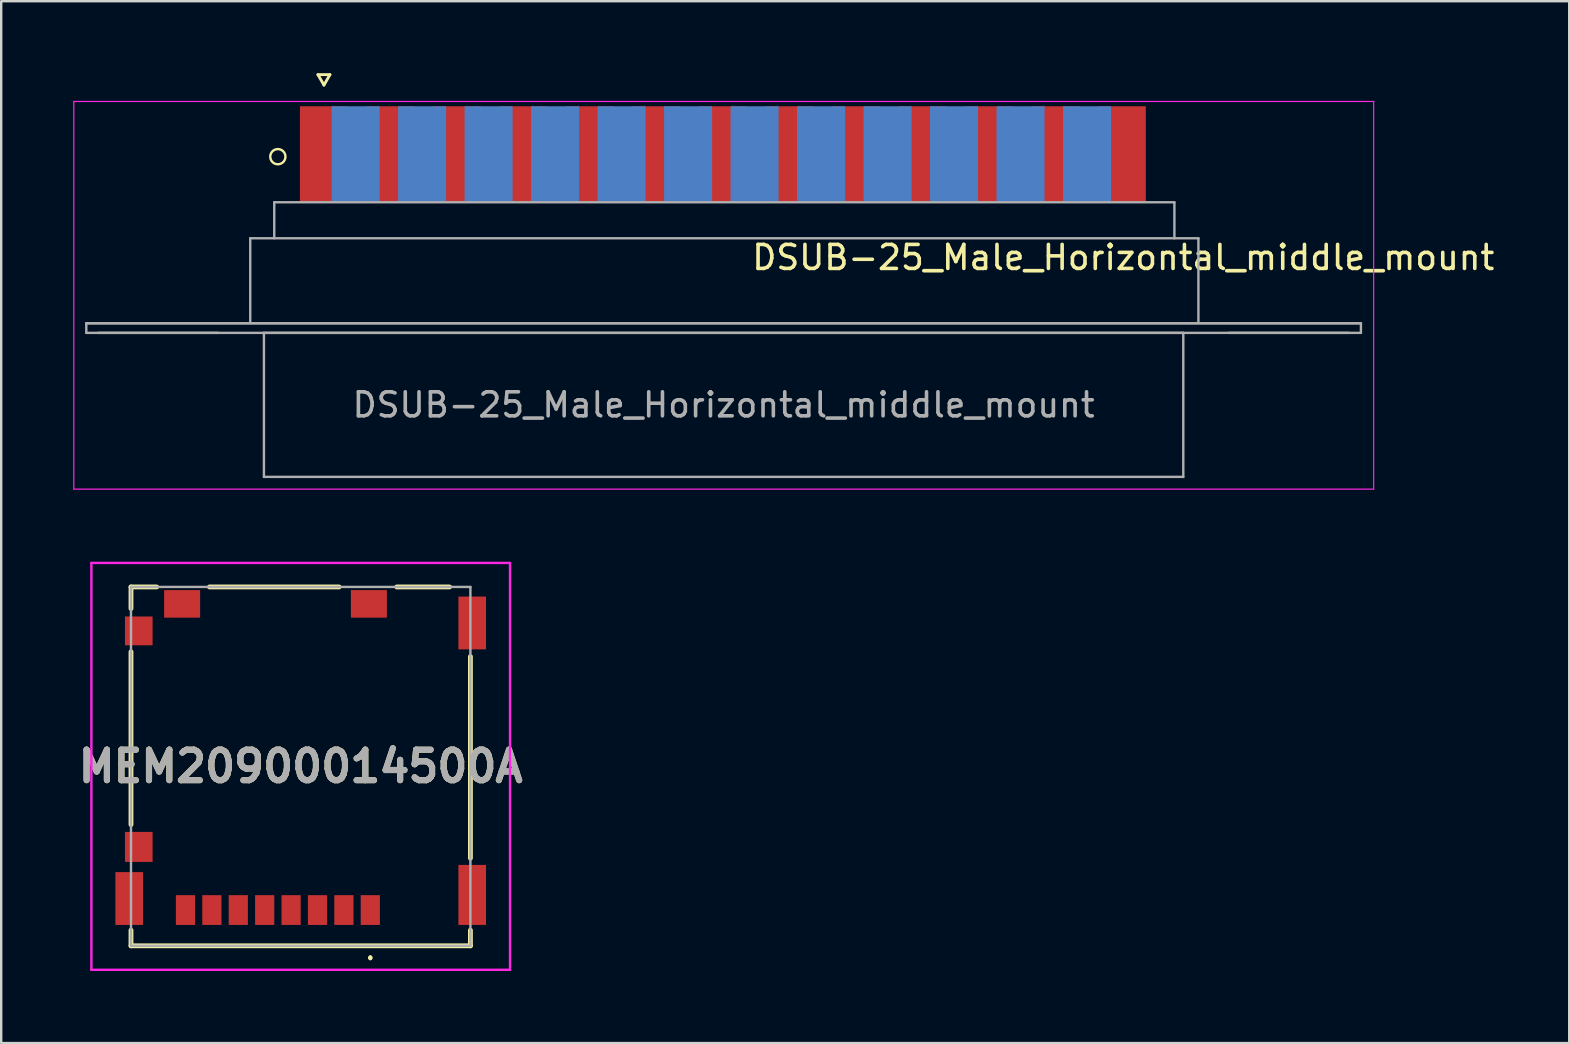
<source format=kicad_pcb>
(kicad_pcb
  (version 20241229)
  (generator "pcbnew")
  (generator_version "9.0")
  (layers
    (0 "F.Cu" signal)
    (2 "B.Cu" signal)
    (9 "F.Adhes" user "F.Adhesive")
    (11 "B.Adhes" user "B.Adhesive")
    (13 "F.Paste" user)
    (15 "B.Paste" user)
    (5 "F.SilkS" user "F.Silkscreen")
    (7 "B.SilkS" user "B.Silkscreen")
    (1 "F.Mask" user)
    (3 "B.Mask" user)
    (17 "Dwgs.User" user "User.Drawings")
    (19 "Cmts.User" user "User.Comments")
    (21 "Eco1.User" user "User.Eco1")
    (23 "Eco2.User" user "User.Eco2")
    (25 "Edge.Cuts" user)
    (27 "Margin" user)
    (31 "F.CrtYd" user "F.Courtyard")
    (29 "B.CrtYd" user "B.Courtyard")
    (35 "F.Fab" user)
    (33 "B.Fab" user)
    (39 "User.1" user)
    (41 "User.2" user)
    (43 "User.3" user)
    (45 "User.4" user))
  (footprint "MEM20900014500A"
    (layer "F.Cu")
    (at 9.477 28.877)
    (property "Reference" "MEM20900014500A" (at 0 0 0) (layer "F.SilkS") (effects (font (size 1.27 1.27) (thickness 0.254))))
    (attr smd)
    (fp_line (start -7.07 -7.475) (end -6 -7.475) (stroke (width 0.2) (type solid)) (layer "F.SilkS"))
    (fp_line (start -7.07 -6.575) (end -7.07 -7.475) (stroke (width 0.2) (type solid)) (layer "F.SilkS"))
    (fp_line (start -7.07 2.425) (end -7.07 -4.775) (stroke (width 0.2) (type solid)) (layer "F.SilkS"))
    (fp_line (start -7.07 7.475) (end -7.07 6.825) (stroke (width 0.2) (type solid)) (layer "F.SilkS"))
    (fp_line (start -3.8 -7.475) (end 1.6 -7.475) (stroke (width 0.2) (type solid)) (layer "F.SilkS"))
    (fp_line (start 2.9 7.925) (end 2.9 7.925) (stroke (width 0.1) (type solid)) (layer "F.SilkS"))
    (fp_line (start 2.9 8.025) (end 2.9 8.025) (stroke (width 0.1) (type solid)) (layer "F.SilkS"))
    (fp_line (start 4 -7.475) (end 6.2 -7.475) (stroke (width 0.2) (type solid)) (layer "F.SilkS"))
    (fp_line (start 7.07 -4.575) (end 7.07 3.825) (stroke (width 0.2) (type solid)) (layer "F.SilkS"))
    (fp_line (start 7.07 6.825) (end 7.07 7.475) (stroke (width 0.2) (type solid)) (layer "F.SilkS"))
    (fp_line (start 7.07 7.475) (end -7.07 7.475) (stroke (width 0.2) (type solid)) (layer "F.SilkS"))
    (fp_arc (start 2.9 7.925) (mid 2.95 7.975) (end 2.9 8.025) (stroke (width 0.1) (type solid)) (layer "F.SilkS"))
    (fp_arc (start 2.9 8.025) (mid 2.85 7.975) (end 2.9 7.925) (stroke (width 0.1) (type solid)) (layer "F.SilkS"))
    (fp_line (start -8.72 -8.475) (end 8.72 -8.475) (stroke (width 0.1) (type solid)) (layer "F.CrtYd"))
    (fp_line (start -8.72 8.475) (end -8.72 -8.475) (stroke (width 0.1) (type solid)) (layer "F.CrtYd"))
    (fp_line (start 8.72 -8.475) (end 8.72 8.475) (stroke (width 0.1) (type solid)) (layer "F.CrtYd"))
    (fp_line (start 8.72 8.475) (end -8.72 8.475) (stroke (width 0.1) (type solid)) (layer "F.CrtYd"))
    (fp_line (start -7.07 -7.475) (end 7.07 -7.475) (stroke (width 0.1) (type solid)) (layer "F.Fab"))
    (fp_line (start -7.07 7.475) (end -7.07 -7.475) (stroke (width 0.1) (type solid)) (layer "F.Fab"))
    (fp_line (start 7.07 -7.475) (end 7.07 7.475) (stroke (width 0.1) (type solid)) (layer "F.Fab"))
    (fp_line (start 7.07 7.475) (end -7.07 7.475) (stroke (width 0.1) (type solid)) (layer "F.Fab"))
    (fp_text user "${REFERENCE}" (at 0 0 0) (layer "F.Fab") (effects (font (size 1.27 1.27) (thickness 0.254))))
    (pad "1" smd rect (at 2.9 5.985) (size 0.8 1.24) (layers "F.Cu" "F.Mask" "F.Paste"))
    (pad "2" smd rect (at 1.8 5.985) (size 0.8 1.24) (layers "F.Cu" "F.Mask" "F.Paste"))
    (pad "3" smd rect (at 0.7 5.985) (size 0.8 1.24) (layers "F.Cu" "F.Mask" "F.Paste"))
    (pad "4" smd rect (at -0.4 5.985) (size 0.8 1.24) (layers "F.Cu" "F.Mask" "F.Paste"))
    (pad "5" smd rect (at -1.5 5.985) (size 0.8 1.24) (layers "F.Cu" "F.Mask" "F.Paste"))
    (pad "6" smd rect (at -2.6 5.985) (size 0.8 1.24) (layers "F.Cu" "F.Mask" "F.Paste"))
    (pad "7" smd rect (at -3.7 5.985) (size 0.8 1.24) (layers "F.Cu" "F.Mask" "F.Paste"))
    (pad "8" smd rect (at -4.8 5.985) (size 0.8 1.24) (layers "F.Cu" "F.Mask" "F.Paste"))
    (pad "9" smd rect (at -6.745 3.355) (size 1.15 1.25) (layers "F.Cu" "F.Mask" "F.Paste"))
    (pad "10" smd rect (at 7.145 5.355) (size 1.15 2.5) (layers "F.Cu" "F.Mask" "F.Paste"))
    (pad "11" smd rect (at -7.145 5.505) (size 1.15 2.2) (layers "F.Cu" "F.Mask" "F.Paste"))
    (pad "12" smd rect (at -6.745 -5.645) (size 1.15 1.2) (layers "F.Cu" "F.Mask" "F.Paste"))
    (pad "13" smd rect (at -4.94 -6.77 90) (size 1.15 1.5) (layers "F.Cu" "F.Mask" "F.Paste"))
    (pad "14" smd rect (at 2.84 -6.77 90) (size 1.15 1.5) (layers "F.Cu" "F.Mask" "F.Paste"))
    (pad "15" smd rect (at 7.145 -5.975) (size 1.15 2.2) (layers "F.Cu" "F.Mask" "F.Paste")))
  (footprint "DSUB-25_Male_Horizontal_middle_mount"
    (layer "F.Cu")
    (at 27.125 10.477)
    (property "Reference" "DSUB-25_Male_Horizontal_middle_mount" (at 16.62 -2.8 180) (layer "F.SilkS") (effects (font (size 1 1) (thickness 0.15))))
    (attr through_hole)
    (fp_line (start -16.93 -10.417) (end -16.43 -10.417) (stroke (width 0.12) (type solid)) (layer "F.SilkS"))
    (fp_line (start -16.68 -9.983) (end -16.93 -10.417) (stroke (width 0.12) (type solid)) (layer "F.SilkS"))
    (fp_line (start -16.43 -10.417) (end -16.68 -9.983) (stroke (width 0.12) (type solid)) (layer "F.SilkS"))
    (fp_circle (center -18.6 -7) (end -18.3 -7.1) (stroke (width 0.1) (type default)) (fill no) (layer "F.SilkS"))
    (fp_line (start -27.1 -9.3) (end -27.1 6.85) (stroke (width 0.05) (type solid)) (layer "F.CrtYd"))
    (fp_line (start -27.1 6.85) (end 27.05 6.85) (stroke (width 0.05) (type solid)) (layer "F.CrtYd"))
    (fp_line (start 27.05 -9.3) (end -27.1 -9.3) (stroke (width 0.05) (type solid)) (layer "F.CrtYd"))
    (fp_line (start 27.05 6.85) (end 27.05 -9.3) (stroke (width 0.05) (type solid)) (layer "F.CrtYd"))
    (fp_line (start -26.58 -0.06) (end -26.58 0.34) (stroke (width 0.1) (type solid)) (layer "F.Fab"))
    (fp_line (start -26.58 -0.06) (end 26.52 -0.06) (stroke (width 0.1) (type solid)) (layer "F.Fab"))
    (fp_line (start -26.58 0.34) (end 26.52 0.34) (stroke (width 0.1) (type solid)) (layer "F.Fab"))
    (fp_line (start -21.08 0.34) (end -26.08 0.34) (stroke (width 0.1) (type solid)) (layer "F.Fab"))
    (fp_line (start -19.75 -3.6) (end 19.75 -3.6) (stroke (width 0.1) (type solid)) (layer "F.Fab"))
    (fp_line (start -19.75 -0.1) (end -19.75 -3.6) (stroke (width 0.1) (type solid)) (layer "F.Fab"))
    (fp_line (start -19.18 0.34) (end -19.18 6.34) (stroke (width 0.1) (type solid)) (layer "F.Fab"))
    (fp_line (start -19.18 6.34) (end 19.12 6.34) (stroke (width 0.1) (type solid)) (layer "F.Fab"))
    (fp_line (start -18.75 -3.6) (end -18.75 -5.1) (stroke (width 0.1) (type default)) (layer "F.Fab"))
    (fp_line (start 18.75 -5.1) (end -18.75 -5.1) (stroke (width 0.1) (type default)) (layer "F.Fab"))
    (fp_line (start 18.75 -3.6) (end 18.75 -5.1) (stroke (width 0.1) (type default)) (layer "F.Fab"))
    (fp_line (start 19.12 0.34) (end -19.18 0.34) (stroke (width 0.1) (type solid)) (layer "F.Fab"))
    (fp_line (start 19.12 6.34) (end 19.12 0.34) (stroke (width 0.1) (type solid)) (layer "F.Fab"))
    (fp_line (start 19.75 -0.1) (end 19.75 -3.6) (stroke (width 0.1) (type solid)) (layer "F.Fab"))
    (fp_line (start 26.02 0.34) (end 21.02 0.34) (stroke (width 0.1) (type solid)) (layer "F.Fab"))
    (fp_line (start 26.52 -0.06) (end -26.58 -0.06) (stroke (width 0.1) (type solid)) (layer "F.Fab"))
    (fp_line (start 26.52 0.34) (end 26.52 -0.06) (stroke (width 0.1) (type solid)) (layer "F.Fab"))
    (fp_text user "${REFERENCE}" (at -0.03 3.34 180) (layer "F.Fab") (effects (font (size 1 1) (thickness 0.15))))
    (pad "1" connect rect (at -16.68 -7.1) (size 2 4) (layers "F.Cu" "F.Mask"))
    (pad "2" connect rect (at -13.91 -7.1) (size 2 4) (layers "F.Cu" "F.Mask"))
    (pad "3" connect rect (at -11.14 -7.1) (size 2 4) (layers "F.Cu" "F.Mask"))
    (pad "4" connect rect (at -8.37 -7.1) (size 2 4) (layers "F.Cu" "F.Mask"))
    (pad "5" connect rect (at -5.6 -7.1) (size 2 4) (layers "F.Cu" "F.Mask"))
    (pad "6" connect rect (at -2.83 -7.1) (size 2 4) (layers "F.Cu" "F.Mask"))
    (pad "7" connect rect (at -0.06 -7.1) (size 2 4) (layers "F.Cu" "F.Mask"))
    (pad "8" connect rect (at 2.71 -7.1) (size 2 4) (layers "F.Cu" "F.Mask"))
    (pad "9" connect rect (at 5.48 -7.1) (size 2 4) (layers "F.Cu" "F.Mask"))
    (pad "10" connect rect (at 8.25 -7.1) (size 2 4) (layers "F.Cu" "F.Mask"))
    (pad "11" connect rect (at 11.02 -7.1) (size 2 4) (layers "F.Cu" "F.Mask"))
    (pad "12" connect rect (at 13.79 -7.1) (size 2 4) (layers "F.Cu" "F.Mask"))
    (pad "13" connect rect (at 16.56 -7.1) (size 2 4) (layers "F.Cu" "F.Mask"))
    (pad "14" connect rect (at -15.36 -7.1) (size 2 4) (layers "B.Cu" "B.Mask"))
    (pad "15" connect rect (at -12.59 -7.1) (size 2 4) (layers "B.Cu" "B.Mask"))
    (pad "16" connect rect (at -9.82 -7.1) (size 2 4) (layers "B.Cu" "B.Mask"))
    (pad "17" connect rect (at -7.05 -7.1) (size 2 4) (layers "B.Cu" "B.Mask"))
    (pad "18" connect rect (at -4.28 -7.1) (size 2 4) (layers "B.Cu" "B.Mask"))
    (pad "19" connect rect (at -1.51 -7.1) (size 2 4) (layers "B.Cu" "B.Mask"))
    (pad "20" connect rect (at 1.26 -7.1) (size 2 4) (layers "B.Cu" "B.Mask"))
    (pad "21" connect rect (at 4.03 -7.1) (size 2 4) (layers "B.Cu" "B.Mask"))
    (pad "22" connect rect (at 6.8 -7.1) (size 2 4) (layers "B.Cu" "B.Mask"))
    (pad "23" connect rect (at 9.57 -7.1) (size 2 4) (layers "B.Cu" "B.Mask"))
    (pad "24" connect rect (at 12.34 -7.1) (size 2 4) (layers "B.Cu" "B.Mask"))
    (pad "25" connect rect (at 15.11 -7.1) (size 2 4) (layers "B.Cu" "B.Mask")))
  (gr_rect
    (start -3 -3)
    (end 62.322 40.402)
    (stroke (width 0.1) (type default))
    (fill no)
    (layer "Edge.Cuts")))
</source>
